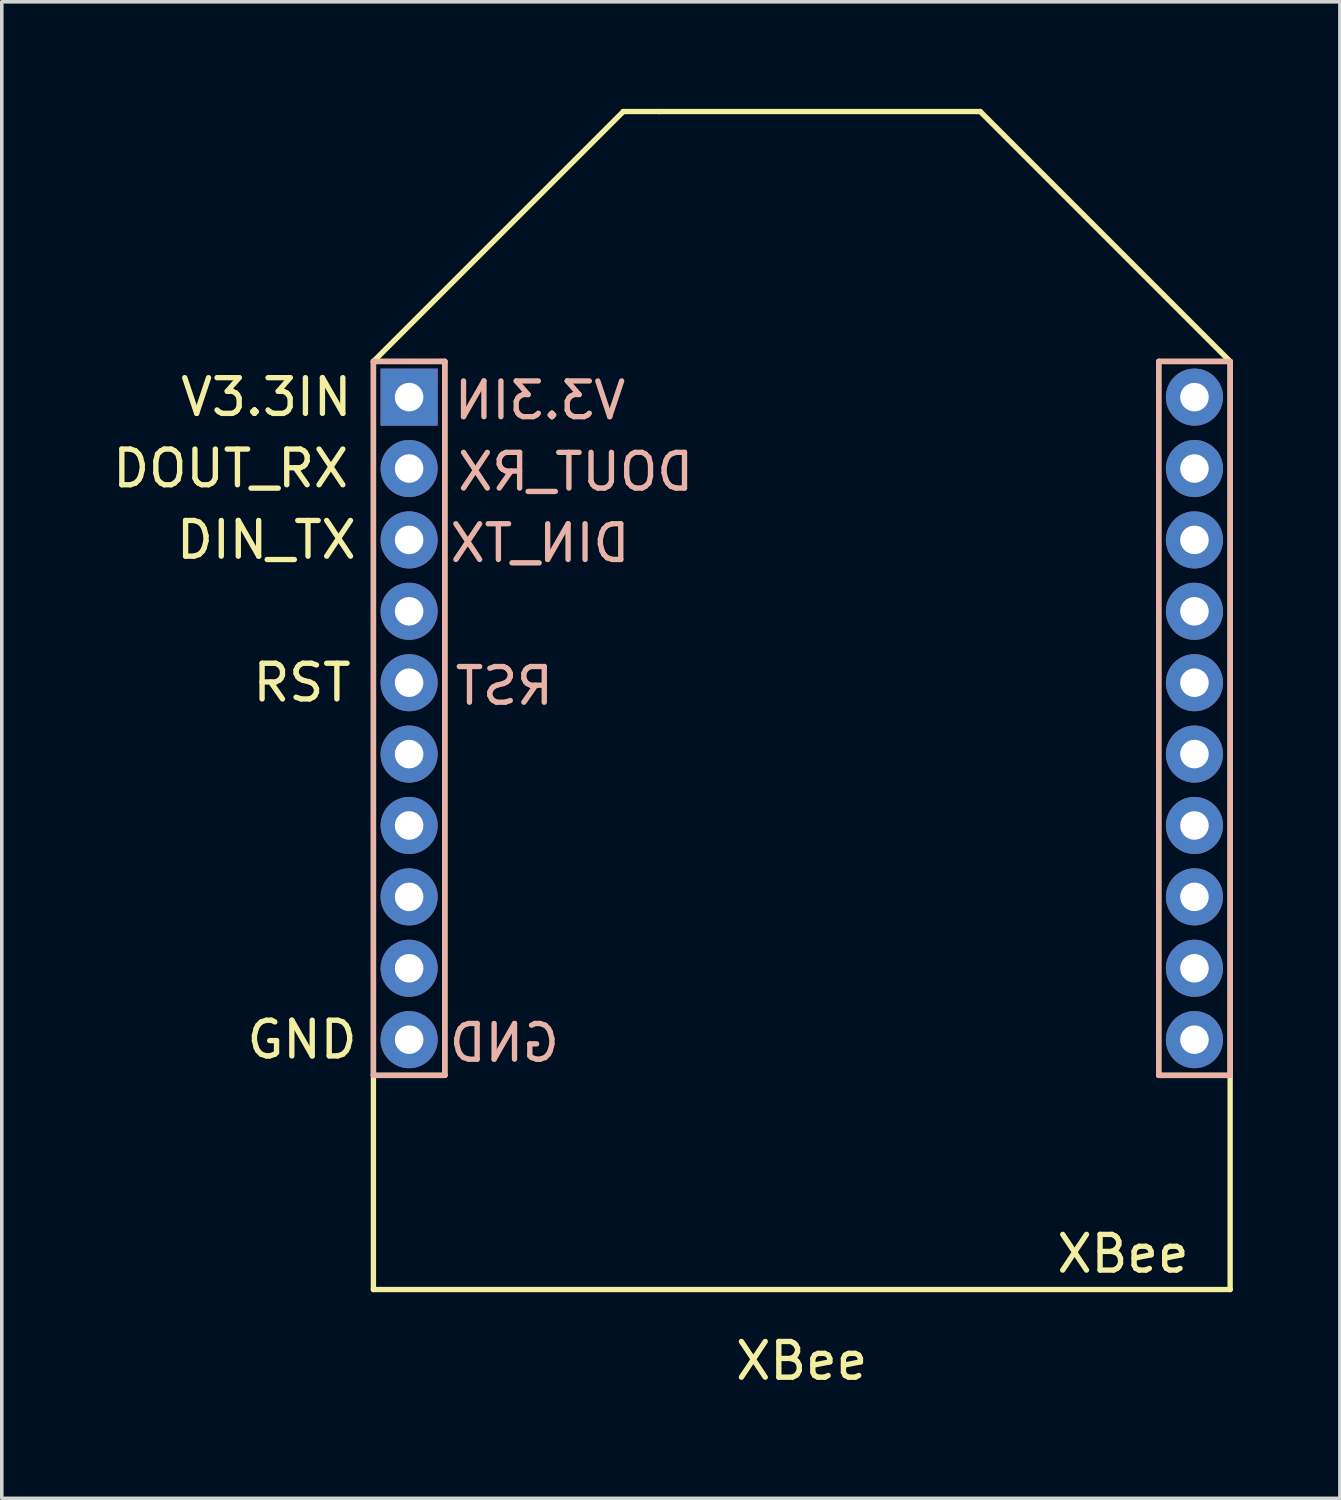
<source format=kicad_pcb>
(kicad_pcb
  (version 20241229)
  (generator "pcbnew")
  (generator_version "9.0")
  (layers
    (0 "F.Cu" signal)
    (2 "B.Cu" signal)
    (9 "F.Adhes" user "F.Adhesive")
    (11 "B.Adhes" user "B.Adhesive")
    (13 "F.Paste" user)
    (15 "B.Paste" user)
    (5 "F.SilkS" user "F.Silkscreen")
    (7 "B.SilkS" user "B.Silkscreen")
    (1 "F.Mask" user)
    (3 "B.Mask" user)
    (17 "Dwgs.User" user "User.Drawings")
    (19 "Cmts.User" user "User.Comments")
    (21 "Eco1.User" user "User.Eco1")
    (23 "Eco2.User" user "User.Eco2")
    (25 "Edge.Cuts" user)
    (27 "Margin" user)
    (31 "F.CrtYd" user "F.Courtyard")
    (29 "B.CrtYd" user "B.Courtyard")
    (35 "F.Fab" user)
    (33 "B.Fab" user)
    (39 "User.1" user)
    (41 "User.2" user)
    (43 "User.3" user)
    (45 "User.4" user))
  (footprint "XBee"
    (layer "F.Cu")
    (at 8.411 8.075)
    (property "Reference" "XBee" (at 20 24 0) (layer "F.SilkS") (effects (font (size 1 1) (thickness 0.15))))
    (attr through_hole)
    (fp_line (start -1 -1) (end -1 19) (stroke (width 0.15) (type solid)) (layer "F.SilkS"))
    (fp_line (start -1 -1) (end 1 -1) (stroke (width 0.15) (type solid)) (layer "F.SilkS"))
    (fp_line (start -1 19) (end -1 25) (stroke (width 0.15) (type solid)) (layer "F.SilkS"))
    (fp_line (start -1 25) (end 23 25) (stroke (width 0.15) (type solid)) (layer "F.SilkS"))
    (fp_line (start 1 -1) (end 1 19) (stroke (width 0.15) (type solid)) (layer "F.SilkS"))
    (fp_line (start 1 19) (end -1 19) (stroke (width 0.15) (type solid)) (layer "F.SilkS"))
    (fp_line (start 6 -8) (end -1 -1) (stroke (width 0.15) (type solid)) (layer "F.SilkS"))
    (fp_line (start 7 -8) (end 6 -8) (stroke (width 0.15) (type solid)) (layer "F.SilkS"))
    (fp_line (start 16 -8) (end 7 -8) (stroke (width 0.15) (type solid)) (layer "F.SilkS"))
    (fp_line (start 21 -1) (end 21 19) (stroke (width 0.15) (type solid)) (layer "F.SilkS"))
    (fp_line (start 21 19) (end 23 19) (stroke (width 0.15) (type solid)) (layer "F.SilkS"))
    (fp_line (start 23 -1) (end 16 -8) (stroke (width 0.15) (type solid)) (layer "F.SilkS"))
    (fp_line (start 23 -1) (end 21 -1) (stroke (width 0.15) (type solid)) (layer "F.SilkS"))
    (fp_line (start 23 25) (end 23 -1) (stroke (width 0.15) (type solid)) (layer "F.SilkS"))
    (fp_line (start -1 -1) (end -1 19) (stroke (width 0.15) (type solid)) (layer "B.SilkS"))
    (fp_line (start -1 19) (end 1 19) (stroke (width 0.15) (type solid)) (layer "B.SilkS"))
    (fp_line (start 1 -1) (end -1 -1) (stroke (width 0.15) (type solid)) (layer "B.SilkS"))
    (fp_line (start 1 19) (end 1 -1) (stroke (width 0.15) (type solid)) (layer "B.SilkS"))
    (fp_line (start 21 -1) (end 21 19) (stroke (width 0.15) (type solid)) (layer "B.SilkS"))
    (fp_line (start 21 19) (end 23 19) (stroke (width 0.15) (type solid)) (layer "B.SilkS"))
    (fp_line (start 23 -1) (end 21 -1) (stroke (width 0.15) (type solid)) (layer "B.SilkS"))
    (fp_line (start 23 19) (end 23 -1) (stroke (width 0.15) (type solid)) (layer "B.SilkS"))
    (fp_text user "DOUT_RX" (at -5 2 0) (layer "F.SilkS") (effects (font (size 1 1) (thickness 0.15))))
    (fp_text user "DIN_TX" (at -4 4 0) (layer "F.SilkS") (effects (font (size 1 1) (thickness 0.15))))
    (fp_text user "V3.3IN" (at -4 0 0) (layer "F.SilkS") (effects (font (size 1 1) (thickness 0.15))))
    (fp_text user "RST" (at -3 8 0) (layer "F.SilkS") (effects (font (size 1 1) (thickness 0.15))))
    (fp_text user "XBee" (at 11 27 0) (layer "F.SilkS") (effects (font (size 1 1) (thickness 0.15))))
    (fp_text user "GND" (at -3 18 0) (layer "F.SilkS") (effects (font (size 1 1) (thickness 0.15))))
    (fp_text user "DOUT_RX" (at 4.667 2.092 180) (layer "B.SilkS") (effects (font (size 1 1) (thickness 0.15)) (justify mirror)))
    (fp_text user "GND" (at 2.667 18.092 180) (layer "B.SilkS") (effects (font (size 1 1) (thickness 0.15)) (justify mirror)))
    (fp_text user "RST" (at 2.667 8.092 180) (layer "B.SilkS") (effects (font (size 1 1) (thickness 0.15)) (justify mirror)))
    (fp_text user "DIN_TX" (at 3.667 4.092 180) (layer "B.SilkS") (effects (font (size 1 1) (thickness 0.15)) (justify mirror)))
    (fp_text user "V3.3IN" (at 3.667 0.092 180) (layer "B.SilkS") (effects (font (size 1 1) (thickness 0.15)) (justify mirror)))
    (pad "1" thru_hole rect (at 0 0) (size 1.6 1.6) (drill 0.8) (layers "*.Cu" "*.Mask"))
    (pad "2" thru_hole circle (at 0 2) (size 1.6 1.6) (drill 0.8) (layers "*.Cu" "*.Mask"))
    (pad "3" thru_hole circle (at 0 4) (size 1.6 1.6) (drill 0.8) (layers "*.Cu" "*.Mask"))
    (pad "4" thru_hole circle (at 0 6) (size 1.6 1.6) (drill 0.8) (layers "*.Cu" "*.Mask"))
    (pad "5" thru_hole circle (at 0 8) (size 1.6 1.6) (drill 0.8) (layers "*.Cu" "*.Mask"))
    (pad "6" thru_hole circle (at 0 10) (size 1.6 1.6) (drill 0.8) (layers "*.Cu" "*.Mask"))
    (pad "7" thru_hole circle (at 0 12) (size 1.6 1.6) (drill 0.8) (layers "*.Cu" "*.Mask"))
    (pad "8" thru_hole circle (at 0 14) (size 1.6 1.6) (drill 0.8) (layers "*.Cu" "*.Mask"))
    (pad "9" thru_hole circle (at 0 16) (size 1.6 1.6) (drill 0.8) (layers "*.Cu" "*.Mask"))
    (pad "10" thru_hole circle (at 0 18) (size 1.6 1.6) (drill 0.8) (layers "*.Cu" "*.Mask"))
    (pad "11" thru_hole circle (at 22 18) (size 1.6 1.6) (drill 0.8) (layers "*.Cu" "*.Mask"))
    (pad "12" thru_hole circle (at 22 16) (size 1.6 1.6) (drill 0.8) (layers "*.Cu" "*.Mask"))
    (pad "13" thru_hole circle (at 22 14) (size 1.6 1.6) (drill 0.8) (layers "*.Cu" "*.Mask"))
    (pad "14" thru_hole circle (at 22 12) (size 1.6 1.6) (drill 0.8) (layers "*.Cu" "*.Mask"))
    (pad "15" thru_hole circle (at 22 10) (size 1.6 1.6) (drill 0.8) (layers "*.Cu" "*.Mask"))
    (pad "16" thru_hole circle (at 22 8) (size 1.6 1.6) (drill 0.8) (layers "*.Cu" "*.Mask"))
    (pad "17" thru_hole circle (at 22 6) (size 1.6 1.6) (drill 0.8) (layers "*.Cu" "*.Mask"))
    (pad "18" thru_hole circle (at 22 4) (size 1.6 1.6) (drill 0.8) (layers "*.Cu" "*.Mask"))
    (pad "19" thru_hole circle (at 22 2) (size 1.6 1.6) (drill 0.8) (layers "*.Cu" "*.Mask"))
    (pad "20" thru_hole circle (at 22 0) (size 1.6 1.6) (drill 0.8) (layers "*.Cu" "*.Mask")))
  (gr_rect
    (start -3 -3)
    (end 34.486 38.923)
    (stroke (width 0.1) (type default))
    (fill no)
    (layer "Edge.Cuts")))
</source>
